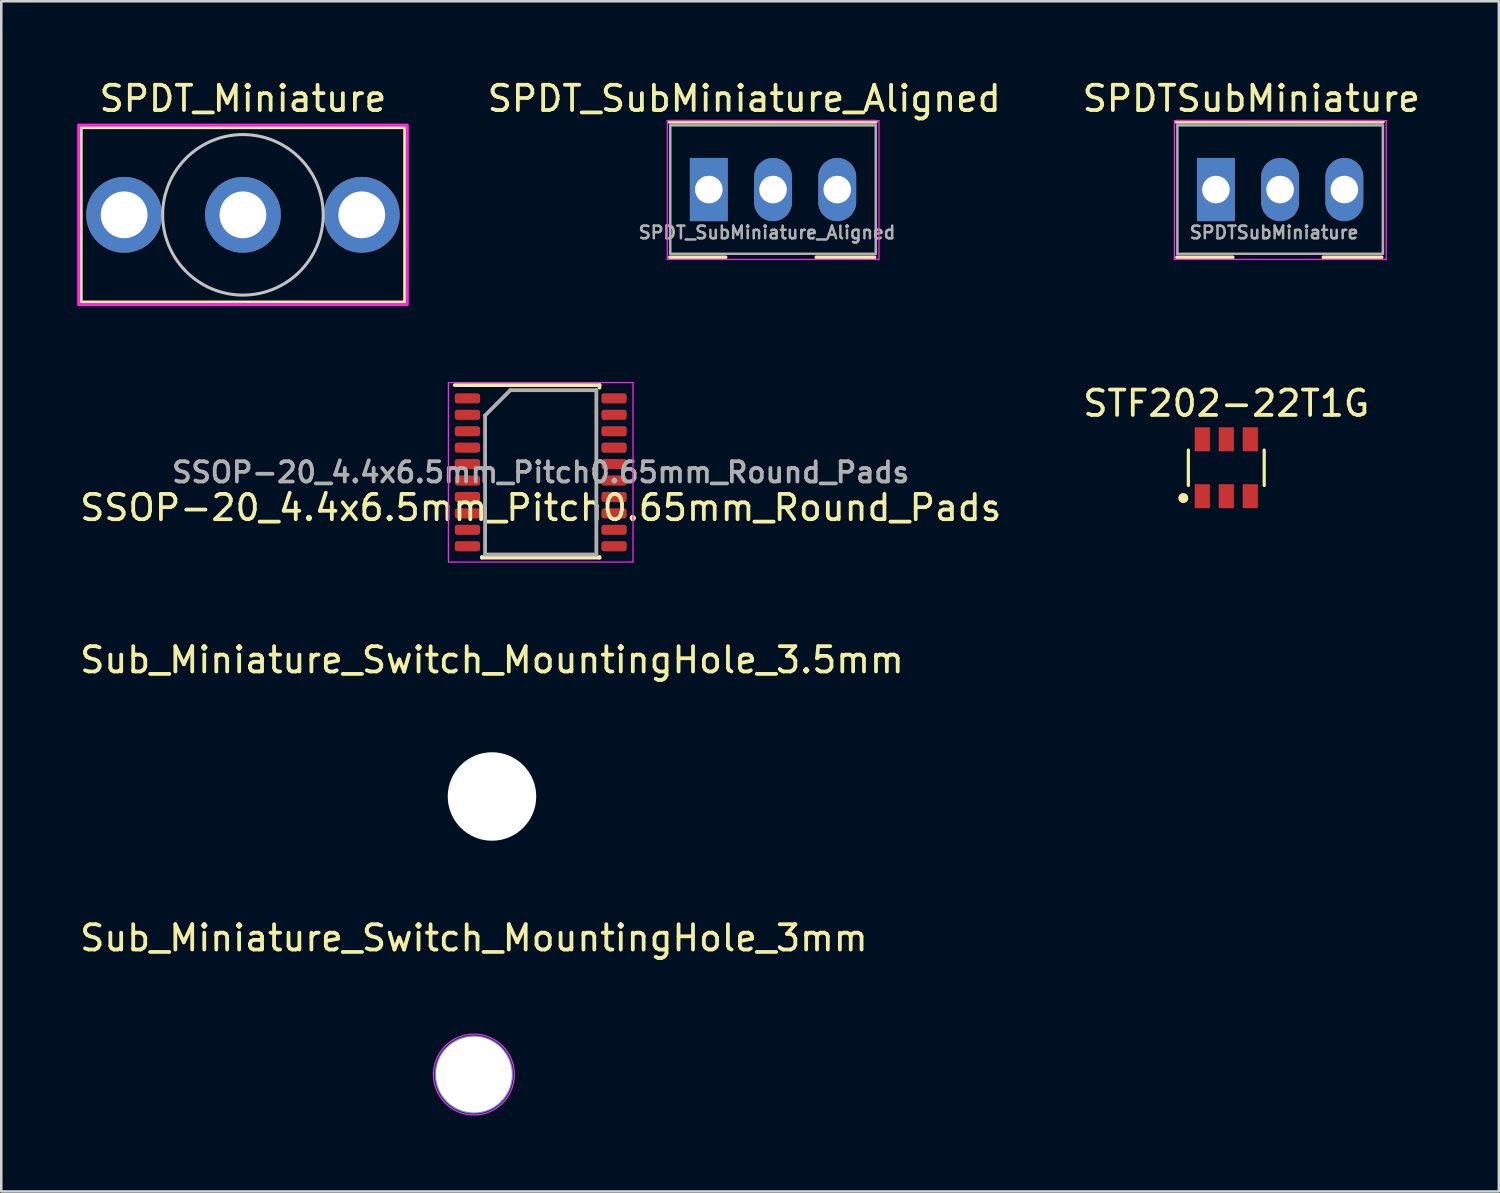
<source format=kicad_pcb>
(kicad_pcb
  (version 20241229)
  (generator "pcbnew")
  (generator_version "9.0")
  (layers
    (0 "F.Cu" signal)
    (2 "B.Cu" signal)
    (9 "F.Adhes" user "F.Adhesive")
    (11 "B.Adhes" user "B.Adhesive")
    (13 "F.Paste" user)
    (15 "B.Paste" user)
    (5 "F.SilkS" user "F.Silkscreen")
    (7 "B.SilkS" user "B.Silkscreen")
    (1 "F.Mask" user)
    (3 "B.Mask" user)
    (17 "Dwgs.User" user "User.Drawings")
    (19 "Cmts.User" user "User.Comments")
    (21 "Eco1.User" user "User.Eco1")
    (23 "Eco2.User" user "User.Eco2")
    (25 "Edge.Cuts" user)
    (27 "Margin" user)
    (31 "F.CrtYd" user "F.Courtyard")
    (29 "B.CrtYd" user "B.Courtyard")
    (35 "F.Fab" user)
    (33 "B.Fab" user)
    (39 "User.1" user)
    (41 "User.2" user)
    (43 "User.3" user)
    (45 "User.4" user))
  (footprint "Sub_Miniature_Switch_MountingHole_3mm"
    (layer "F.Cu")
    (at 15.696 39.455)
    (property "Reference" "Sub_Miniature_Switch_MountingHole_3mm" (at 0 -5.4 0) (layer "F.SilkS") (effects (font (size 1 1) (thickness 0.15))))
    (attr through_hole)
    (fp_circle (center 0 0) (end 1.5 0) (stroke (width 0.1) (type solid)) (fill no) (layer "Cmts.User"))
    (fp_circle (center 0 0) (end 1.6 0) (stroke (width 0.05) (type solid)) (fill no) (layer "F.CrtYd"))
    (pad "" np_thru_hole circle (at 0 0) (size 3 3) (drill 3) (layers "*.Cu" "*.Mask")))
  (footprint "SPDT_SubMiniature_Aligned"
    (layer "F.Cu")
    (at 27.528 4.448)
    (property "Reference" "SPDT_SubMiniature_Aligned" (at -1.14 -3.6 0) (layer "F.SilkS") (effects (font (size 1 1) (thickness 0.15))))
    (attr through_hole)
    (fp_line (start -4.103 -2.681) (end 4.064 -2.681) (stroke (width 0.15) (type solid)) (layer "F.SilkS"))
    (fp_line (start -4.078 2.681) (end -1.878 2.681) (stroke (width 0.15) (type solid)) (layer "F.SilkS"))
    (fp_line (start 1.714 2.681) (end 4.014 2.681) (stroke (width 0.15) (type solid)) (layer "F.SilkS"))
    (fp_line (start -4.183 -2.725) (end 4.191 -2.725) (stroke (width 0.05) (type solid)) (layer "F.CrtYd"))
    (fp_line (start -4.183 2.763) (end -4.183 -2.725) (stroke (width 0.05) (type solid)) (layer "F.CrtYd"))
    (fp_line (start 4.191 -2.725) (end 4.191 2.763) (stroke (width 0.05) (type solid)) (layer "F.CrtYd"))
    (fp_line (start 4.191 2.763) (end -4.183 2.763) (stroke (width 0.05) (type solid)) (layer "F.CrtYd"))
    (fp_line (start -4.064 -2.54) (end -4.064 2.54) (stroke (width 0.1) (type solid)) (layer "F.Fab"))
    (fp_line (start -4.064 -2.54) (end 4.064 -2.54) (stroke (width 0.1) (type solid)) (layer "F.Fab"))
    (fp_line (start -4.064 2.54) (end 4.064 2.54) (stroke (width 0.1) (type solid)) (layer "F.Fab"))
    (fp_line (start 4.064 -2.54) (end 4.064 2.54) (stroke (width 0.1) (type solid)) (layer "F.Fab"))
    (fp_text user "${REFERENCE}" (at -0.24 1.7 0) (layer "F.Fab") (effects (font (size 0.5 0.5) (thickness 0.1))))
    (pad "1" thru_hole rect (at -2.54 0) (size 1.5 2.5) (drill 1.092) (layers "*.Cu" "*.Mask"))
    (pad "2" thru_hole oval (at 0 0) (size 1.5 2.5) (drill 1.092) (layers "*.Cu" "*.Mask"))
    (pad "3" thru_hole oval (at 2.54 0) (size 1.5 2.5) (drill 1.092) (layers "*.Cu" "*.Mask")))
  (footprint "SPDT_Miniature"
    (layer "F.Cu")
    (at 6.56 5.448)
    (property "Reference" "SPDT_Miniature" (at 0 -4.6 0) (layer "F.SilkS") (effects (font (size 1 1) (thickness 0.15))))
    (attr through_hole)
    (fp_rect (start -6.4 -3.45) (end 6.4 3.45) (stroke (width 0.12) (type default)) (fill no) (layer "F.SilkS"))
    (fp_circle (center 0 0) (end 3.175 0) (stroke (width 0.12) (type default)) (fill no) (layer "Dwgs.User"))
    (fp_rect (start -6.5 -3.55) (end 6.5 3.55) (stroke (width 0.12) (type default)) (fill no) (layer "F.CrtYd"))
    (pad "1" thru_hole circle (at -4.7 0) (size 3 3) (drill 1.85) (layers "*.Cu" "*.Mask"))
    (pad "2" thru_hole circle (at 0 0) (size 3 3) (drill 1.85) (layers "*.Cu" "*.Mask"))
    (pad "3" thru_hole circle (at 4.7 0) (size 3 3) (drill 1.85) (layers "*.Cu" "*.Mask")))
  (footprint "Sub_Miniature_Switch_MountingHole_3.5mm"
    (layer "F.Cu")
    (at 16.411 28.456)
    (property "Reference" "Sub_Miniature_Switch_MountingHole_3.5mm" (at 0 -5.4 0) (layer "F.SilkS") (effects (font (size 1 1) (thickness 0.15))))
    (attr through_hole)
    (fp_circle (center 0 0) (end 1.5 0) (stroke (width 0.15) (type solid)) (fill no) (layer "Cmts.User"))
    (fp_circle (center 0 0) (end 1.6 0) (stroke (width 0.05) (type solid)) (fill no) (layer "F.CrtYd"))
    (pad "" np_thru_hole circle (at 0 0) (size 3.5 3.5) (drill 3.5) (layers "*.Cu" "*.Mask")))
  (footprint "SSOP-20_4.4x6.5mm_Pitch0.65mm_Round_Pads"
    (layer "F.Cu")
    (at 18.339 15.633)
    (property "Reference" "SSOP-20_4.4x6.5mm_Pitch0.65mm_Round_Pads" (at 0 1.4 180) (layer "F.SilkS") (effects (font (size 1 1) (thickness 0.15))))
    (attr smd)
    (fp_line (start -3.4 -3.45) (end 2.325 -3.45) (stroke (width 0.15) (type solid)) (layer "F.SilkS"))
    (fp_line (start -2.325 3.375) (end -2.325 3.35) (stroke (width 0.15) (type solid)) (layer "F.SilkS"))
    (fp_line (start -2.325 3.375) (end 2.325 3.375) (stroke (width 0.15) (type solid)) (layer "F.SilkS"))
    (fp_line (start 2.325 -3.45) (end 2.325 -3.35) (stroke (width 0.15) (type solid)) (layer "F.SilkS"))
    (fp_line (start 2.325 3.375) (end 2.325 3.35) (stroke (width 0.15) (type solid)) (layer "F.SilkS"))
    (fp_line (start -3.65 -3.55) (end -3.65 3.55) (stroke (width 0.05) (type solid)) (layer "F.CrtYd"))
    (fp_line (start -3.65 -3.55) (end 3.65 -3.55) (stroke (width 0.05) (type solid)) (layer "F.CrtYd"))
    (fp_line (start -3.65 3.55) (end 3.65 3.55) (stroke (width 0.05) (type solid)) (layer "F.CrtYd"))
    (fp_line (start 3.65 -3.55) (end 3.65 3.55) (stroke (width 0.05) (type solid)) (layer "F.CrtYd"))
    (fp_line (start -2.2 -2.25) (end -1.2 -3.25) (stroke (width 0.15) (type solid)) (layer "F.Fab"))
    (fp_line (start -2.2 3.25) (end -2.2 -2.25) (stroke (width 0.15) (type solid)) (layer "F.Fab"))
    (fp_line (start -1.2 -3.25) (end 2.2 -3.25) (stroke (width 0.15) (type solid)) (layer "F.Fab"))
    (fp_line (start 2.2 -3.25) (end 2.2 3.25) (stroke (width 0.15) (type solid)) (layer "F.Fab"))
    (fp_line (start 2.2 3.25) (end -2.2 3.25) (stroke (width 0.15) (type solid)) (layer "F.Fab"))
    (fp_text user "${REFERENCE}" (at 0 0 180) (layer "F.Fab") (effects (font (size 0.8 0.8) (thickness 0.15))))
    (pad "1" smd roundrect (at -2.9 -2.925) (size 1 0.4) (layers "F.Cu" "F.Mask" "F.Paste") (roundrect_rratio 0.25))
    (pad "2" smd roundrect (at -2.9 -2.275) (size 1 0.4) (layers "F.Cu" "F.Mask" "F.Paste") (roundrect_rratio 0.25))
    (pad "3" smd roundrect (at -2.9 -1.625) (size 1 0.4) (layers "F.Cu" "F.Mask" "F.Paste") (roundrect_rratio 0.25))
    (pad "4" smd roundrect (at -2.9 -0.975) (size 1 0.4) (layers "F.Cu" "F.Mask" "F.Paste") (roundrect_rratio 0.25))
    (pad "5" smd roundrect (at -2.9 -0.325) (size 1 0.4) (layers "F.Cu" "F.Mask" "F.Paste") (roundrect_rratio 0.25))
    (pad "6" smd roundrect (at -2.9 0.325) (size 1 0.4) (layers "F.Cu" "F.Mask" "F.Paste") (roundrect_rratio 0.25))
    (pad "7" smd roundrect (at -2.9 0.975) (size 1 0.4) (layers "F.Cu" "F.Mask" "F.Paste") (roundrect_rratio 0.25))
    (pad "8" smd roundrect (at -2.9 1.625) (size 1 0.4) (layers "F.Cu" "F.Mask" "F.Paste") (roundrect_rratio 0.25))
    (pad "9" smd roundrect (at -2.9 2.275) (size 1 0.4) (layers "F.Cu" "F.Mask" "F.Paste") (roundrect_rratio 0.25))
    (pad "10" smd roundrect (at -2.9 2.925) (size 1 0.4) (layers "F.Cu" "F.Mask" "F.Paste") (roundrect_rratio 0.25))
    (pad "11" smd roundrect (at 2.9 2.925) (size 1 0.4) (layers "F.Cu" "F.Mask" "F.Paste") (roundrect_rratio 0.25))
    (pad "12" smd roundrect (at 2.9 2.275) (size 1 0.4) (layers "F.Cu" "F.Mask" "F.Paste") (roundrect_rratio 0.25))
    (pad "13" smd roundrect (at 2.9 1.625) (size 1 0.4) (layers "F.Cu" "F.Mask" "F.Paste") (roundrect_rratio 0.25))
    (pad "14" smd roundrect (at 2.9 0.975) (size 1 0.4) (layers "F.Cu" "F.Mask" "F.Paste") (roundrect_rratio 0.25))
    (pad "15" smd roundrect (at 2.9 0.325) (size 1 0.4) (layers "F.Cu" "F.Mask" "F.Paste") (roundrect_rratio 0.25))
    (pad "16" smd roundrect (at 2.9 -0.325) (size 1 0.4) (layers "F.Cu" "F.Mask" "F.Paste") (roundrect_rratio 0.25))
    (pad "17" smd roundrect (at 2.9 -0.975) (size 1 0.4) (layers "F.Cu" "F.Mask" "F.Paste") (roundrect_rratio 0.25))
    (pad "18" smd roundrect (at 2.9 -1.625) (size 1 0.4) (layers "F.Cu" "F.Mask" "F.Paste") (roundrect_rratio 0.25))
    (pad "19" smd roundrect (at 2.9 -2.275) (size 1 0.4) (layers "F.Cu" "F.Mask" "F.Paste") (roundrect_rratio 0.25))
    (pad "20" smd roundrect (at 2.9 -2.925) (size 1 0.4) (layers "F.Cu" "F.Mask" "F.Paste") (roundrect_rratio 0.25)))
  (footprint "STF202-22T1G"
    (layer "F.Cu")
    (at 45.457 15.452)
    (property "Reference" "STF202-22T1G" (at 0 -2.545 0) (layer "F.SilkS") (effects (font (size 1.002 1.002) (thickness 0.15))))
    (attr smd)
    (fp_line (start -1.5 0.7) (end -1.5 -0.7) (stroke (width 0.127) (type solid)) (layer "F.SilkS"))
    (fp_line (start 1.5 -0.7) (end 1.5 0.7) (stroke (width 0.127) (type solid)) (layer "F.SilkS"))
    (fp_circle (center -1.7 1.2) (end -1.6 1.2) (stroke (width 0.2) (type solid)) (fill no) (layer "F.SilkS"))
    (pad "1" smd rect (at -0.95 1.125 90) (size 0.95 0.6) (layers "F.Cu" "F.Mask" "F.Paste"))
    (pad "2" smd rect (at 0 1.125 90) (size 0.95 0.6) (layers "F.Cu" "F.Mask" "F.Paste"))
    (pad "3" smd rect (at 0.95 1.125 90) (size 0.95 0.6) (layers "F.Cu" "F.Mask" "F.Paste"))
    (pad "4" smd rect (at 0.95 -1.125 90) (size 0.95 0.6) (layers "F.Cu" "F.Mask" "F.Paste"))
    (pad "5" smd rect (at 0 -1.125 90) (size 0.95 0.6) (layers "F.Cu" "F.Mask" "F.Paste"))
    (pad "6" smd rect (at -0.95 -1.125 90) (size 0.95 0.6) (layers "F.Cu" "F.Mask" "F.Paste")))
  (footprint "SPDTSubMiniature"
    (layer "F.Cu")
    (at 45.047 4.448)
    (property "Reference" "SPDTSubMiniature" (at 1.4 -3.6 0) (layer "F.SilkS") (effects (font (size 1 1) (thickness 0.15))))
    (attr through_hole)
    (fp_line (start -1.563 -2.681) (end 6.604 -2.681) (stroke (width 0.15) (type solid)) (layer "F.SilkS"))
    (fp_line (start -1.538 2.681) (end 0.662 2.681) (stroke (width 0.15) (type solid)) (layer "F.SilkS"))
    (fp_line (start 4.254 2.681) (end 6.554 2.681) (stroke (width 0.15) (type solid)) (layer "F.SilkS"))
    (fp_line (start -1.643 -2.725) (end 6.756 -2.725) (stroke (width 0.05) (type solid)) (layer "F.CrtYd"))
    (fp_line (start -1.643 2.769) (end -1.643 -2.725) (stroke (width 0.05) (type solid)) (layer "F.CrtYd"))
    (fp_line (start 6.731 2.763) (end -1.643 2.763) (stroke (width 0.05) (type solid)) (layer "F.CrtYd"))
    (fp_line (start 6.735 -2.725) (end 6.735 2.769) (stroke (width 0.05) (type solid)) (layer "F.CrtYd"))
    (fp_line (start -1.524 -2.54) (end -1.524 2.54) (stroke (width 0.1) (type solid)) (layer "F.Fab"))
    (fp_line (start -1.524 -2.54) (end 6.604 -2.54) (stroke (width 0.1) (type solid)) (layer "F.Fab"))
    (fp_line (start -1.524 2.54) (end 6.604 2.54) (stroke (width 0.1) (type solid)) (layer "F.Fab"))
    (fp_line (start 6.604 -2.54) (end 6.604 2.54) (stroke (width 0.1) (type solid)) (layer "F.Fab"))
    (fp_text user "${REFERENCE}" (at 2.3 1.7 0) (layer "F.Fab") (effects (font (size 0.5 0.5) (thickness 0.1))))
    (pad "1" thru_hole rect (at 0 0) (size 1.5 2.5) (drill 1.092) (layers "*.Cu" "*.Mask"))
    (pad "2" thru_hole oval (at 2.54 0) (size 1.5 2.5) (drill 1.092) (layers "*.Cu" "*.Mask"))
    (pad "3" thru_hole oval (at 5.08 0) (size 1.5 2.5) (drill 1.092) (layers "*.Cu" "*.Mask")))
  (gr_rect
    (start -3 -3)
    (end 56.239 44.08)
    (stroke (width 0.1) (type default))
    (fill no)
    (layer "Edge.Cuts")))
</source>
